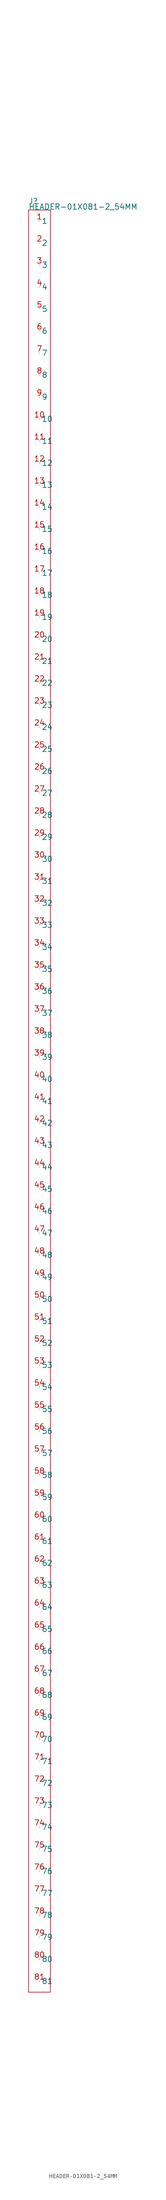
<source format=kicad_sym>
(kicad_symbol_lib
  (version 20211014)
  (generator kicad_symbol_editor)
  (symbol "HEADER-01X081-2_54MM"
    (pin_names)
    (property "Reference" "J"
      (at -2.54 207.01 0)
      (effects (font (size 1.27 1.27)) (justify left bottom)))
    (property "Value" "HEADER-01X081-2_54MM"
      (at -2.54 205.74 0)
      (effects (font (size 1.27 1.27)) (justify left bottom)))
    (property "Datasheet" ""
      (at 0 0 0))
    (property "ki_description" "Header 1x81  - Header Vertical 81POS 2.54MM Technical Specifications: Pitch: 0.1\" (2.54mm) "
      (at 0 0 0))
    (property "ki_fp_filters" "FlashPCB_Connectors:HEADER-THT-01X081-2_54MM FlashPCB_Connectors:HEADER-THT-LONG-01X081-2_54MM FlashPCB_Connectors:HEADER-THT-NOSILK-01X081-2_54MM FlashPCB_Connectors:HEADER-THT-LONG-NOSILK-01X081-2_54MM"
      (at 0 0 0))
    (symbol "HEADER-01X081-2_54MM_1_1"
      (polyline (pts (xy -2.54 205.74) (xy 2.54 205.74)) (stroke (width 0.127)) (fill (type none)))
      (polyline (pts (xy 2.54 205.74) (xy 2.54 -205.74)) (stroke (width 0.127)) (fill (type none)))
      (polyline (pts (xy 2.54 -205.74) (xy -2.54 -205.74)) (stroke (width 0.127)) (fill (type none)))
      (polyline (pts (xy -2.54 -205.74) (xy -2.54 205.74)) (stroke (width 0.127)) (fill (type none)))
      (pin bidirectional line (at 0 203.2 0) (length 0) (name "1" (effects (font (size 1.27 1.27)))) (number "1" (effects (font (size 1.27 1.27)))))
      (pin bidirectional line (at 0 198.12 0) (length 0) (name "2" (effects (font (size 1.27 1.27)))) (number "2" (effects (font (size 1.27 1.27)))))
      (pin bidirectional line (at 0 193.04 0) (length 0) (name "3" (effects (font (size 1.27 1.27)))) (number "3" (effects (font (size 1.27 1.27)))))
      (pin bidirectional line (at 0 187.96 0) (length 0) (name "4" (effects (font (size 1.27 1.27)))) (number "4" (effects (font (size 1.27 1.27)))))
      (pin bidirectional line (at 0 182.88 0) (length 0) (name "5" (effects (font (size 1.27 1.27)))) (number "5" (effects (font (size 1.27 1.27)))))
      (pin bidirectional line (at 0 177.8 0) (length 0) (name "6" (effects (font (size 1.27 1.27)))) (number "6" (effects (font (size 1.27 1.27)))))
      (pin bidirectional line (at 0 172.72 0) (length 0) (name "7" (effects (font (size 1.27 1.27)))) (number "7" (effects (font (size 1.27 1.27)))))
      (pin bidirectional line (at 0 167.64 0) (length 0) (name "8" (effects (font (size 1.27 1.27)))) (number "8" (effects (font (size 1.27 1.27)))))
      (pin bidirectional line (at 0 162.56 0) (length 0) (name "9" (effects (font (size 1.27 1.27)))) (number "9" (effects (font (size 1.27 1.27)))))
      (pin bidirectional line (at 0 157.48 0) (length 0) (name "10" (effects (font (size 1.27 1.27)))) (number "10" (effects (font (size 1.27 1.27)))))
      (pin bidirectional line (at 0 152.4 0) (length 0) (name "11" (effects (font (size 1.27 1.27)))) (number "11" (effects (font (size 1.27 1.27)))))
      (pin bidirectional line (at 0 147.32 0) (length 0) (name "12" (effects (font (size 1.27 1.27)))) (number "12" (effects (font (size 1.27 1.27)))))
      (pin bidirectional line (at 0 142.24 0) (length 0) (name "13" (effects (font (size 1.27 1.27)))) (number "13" (effects (font (size 1.27 1.27)))))
      (pin bidirectional line (at 0 137.16 0) (length 0) (name "14" (effects (font (size 1.27 1.27)))) (number "14" (effects (font (size 1.27 1.27)))))
      (pin bidirectional line (at 0 132.08 0) (length 0) (name "15" (effects (font (size 1.27 1.27)))) (number "15" (effects (font (size 1.27 1.27)))))
      (pin bidirectional line (at 0 127 0) (length 0) (name "16" (effects (font (size 1.27 1.27)))) (number "16" (effects (font (size 1.27 1.27)))))
      (pin bidirectional line (at 0 121.92 0) (length 0) (name "17" (effects (font (size 1.27 1.27)))) (number "17" (effects (font (size 1.27 1.27)))))
      (pin bidirectional line (at 0 116.84 0) (length 0) (name "18" (effects (font (size 1.27 1.27)))) (number "18" (effects (font (size 1.27 1.27)))))
      (pin bidirectional line (at 0 111.76 0) (length 0) (name "19" (effects (font (size 1.27 1.27)))) (number "19" (effects (font (size 1.27 1.27)))))
      (pin bidirectional line (at 0 106.68 0) (length 0) (name "20" (effects (font (size 1.27 1.27)))) (number "20" (effects (font (size 1.27 1.27)))))
      (pin bidirectional line (at 0 101.6 0) (length 0) (name "21" (effects (font (size 1.27 1.27)))) (number "21" (effects (font (size 1.27 1.27)))))
      (pin bidirectional line (at 0 96.52 0) (length 0) (name "22" (effects (font (size 1.27 1.27)))) (number "22" (effects (font (size 1.27 1.27)))))
      (pin bidirectional line (at 0 91.44 0) (length 0) (name "23" (effects (font (size 1.27 1.27)))) (number "23" (effects (font (size 1.27 1.27)))))
      (pin bidirectional line (at 0 86.36 0) (length 0) (name "24" (effects (font (size 1.27 1.27)))) (number "24" (effects (font (size 1.27 1.27)))))
      (pin bidirectional line (at 0 81.28 0) (length 0) (name "25" (effects (font (size 1.27 1.27)))) (number "25" (effects (font (size 1.27 1.27)))))
      (pin bidirectional line (at 0 76.2 0) (length 0) (name "26" (effects (font (size 1.27 1.27)))) (number "26" (effects (font (size 1.27 1.27)))))
      (pin bidirectional line (at 0 71.12 0) (length 0) (name "27" (effects (font (size 1.27 1.27)))) (number "27" (effects (font (size 1.27 1.27)))))
      (pin bidirectional line (at 0 66.04 0) (length 0) (name "28" (effects (font (size 1.27 1.27)))) (number "28" (effects (font (size 1.27 1.27)))))
      (pin bidirectional line (at 0 60.96 0) (length 0) (name "29" (effects (font (size 1.27 1.27)))) (number "29" (effects (font (size 1.27 1.27)))))
      (pin bidirectional line (at 0 55.88 0) (length 0) (name "30" (effects (font (size 1.27 1.27)))) (number "30" (effects (font (size 1.27 1.27)))))
      (pin bidirectional line (at 0 50.8 0) (length 0) (name "31" (effects (font (size 1.27 1.27)))) (number "31" (effects (font (size 1.27 1.27)))))
      (pin bidirectional line (at 0 45.72 0) (length 0) (name "32" (effects (font (size 1.27 1.27)))) (number "32" (effects (font (size 1.27 1.27)))))
      (pin bidirectional line (at 0 40.64 0) (length 0) (name "33" (effects (font (size 1.27 1.27)))) (number "33" (effects (font (size 1.27 1.27)))))
      (pin bidirectional line (at 0 35.56 0) (length 0) (name "34" (effects (font (size 1.27 1.27)))) (number "34" (effects (font (size 1.27 1.27)))))
      (pin bidirectional line (at 0 30.48 0) (length 0) (name "35" (effects (font (size 1.27 1.27)))) (number "35" (effects (font (size 1.27 1.27)))))
      (pin bidirectional line (at 0 25.4 0) (length 0) (name "36" (effects (font (size 1.27 1.27)))) (number "36" (effects (font (size 1.27 1.27)))))
      (pin bidirectional line (at 0 20.32 0) (length 0) (name "37" (effects (font (size 1.27 1.27)))) (number "37" (effects (font (size 1.27 1.27)))))
      (pin bidirectional line (at 0 15.24 0) (length 0) (name "38" (effects (font (size 1.27 1.27)))) (number "38" (effects (font (size 1.27 1.27)))))
      (pin bidirectional line (at 0 10.16 0) (length 0) (name "39" (effects (font (size 1.27 1.27)))) (number "39" (effects (font (size 1.27 1.27)))))
      (pin bidirectional line (at 0 5.08 0) (length 0) (name "40" (effects (font (size 1.27 1.27)))) (number "40" (effects (font (size 1.27 1.27)))))
      (pin bidirectional line (at 0 0 0) (length 0) (name "41" (effects (font (size 1.27 1.27)))) (number "41" (effects (font (size 1.27 1.27)))))
      (pin bidirectional line (at 0 -5.08 0) (length 0) (name "42" (effects (font (size 1.27 1.27)))) (number "42" (effects (font (size 1.27 1.27)))))
      (pin bidirectional line (at 0 -10.16 0) (length 0) (name "43" (effects (font (size 1.27 1.27)))) (number "43" (effects (font (size 1.27 1.27)))))
      (pin bidirectional line (at 0 -15.24 0) (length 0) (name "44" (effects (font (size 1.27 1.27)))) (number "44" (effects (font (size 1.27 1.27)))))
      (pin bidirectional line (at 0 -20.32 0) (length 0) (name "45" (effects (font (size 1.27 1.27)))) (number "45" (effects (font (size 1.27 1.27)))))
      (pin bidirectional line (at 0 -25.4 0) (length 0) (name "46" (effects (font (size 1.27 1.27)))) (number "46" (effects (font (size 1.27 1.27)))))
      (pin bidirectional line (at 0 -30.48 0) (length 0) (name "47" (effects (font (size 1.27 1.27)))) (number "47" (effects (font (size 1.27 1.27)))))
      (pin bidirectional line (at 0 -35.56 0) (length 0) (name "48" (effects (font (size 1.27 1.27)))) (number "48" (effects (font (size 1.27 1.27)))))
      (pin bidirectional line (at 0 -40.64 0) (length 0) (name "49" (effects (font (size 1.27 1.27)))) (number "49" (effects (font (size 1.27 1.27)))))
      (pin bidirectional line (at 0 -45.72 0) (length 0) (name "50" (effects (font (size 1.27 1.27)))) (number "50" (effects (font (size 1.27 1.27)))))
      (pin bidirectional line (at 0 -50.8 0) (length 0) (name "51" (effects (font (size 1.27 1.27)))) (number "51" (effects (font (size 1.27 1.27)))))
      (pin bidirectional line (at 0 -55.88 0) (length 0) (name "52" (effects (font (size 1.27 1.27)))) (number "52" (effects (font (size 1.27 1.27)))))
      (pin bidirectional line (at 0 -60.96 0) (length 0) (name "53" (effects (font (size 1.27 1.27)))) (number "53" (effects (font (size 1.27 1.27)))))
      (pin bidirectional line (at 0 -66.04 0) (length 0) (name "54" (effects (font (size 1.27 1.27)))) (number "54" (effects (font (size 1.27 1.27)))))
      (pin bidirectional line (at 0 -71.12 0) (length 0) (name "55" (effects (font (size 1.27 1.27)))) (number "55" (effects (font (size 1.27 1.27)))))
      (pin bidirectional line (at 0 -76.2 0) (length 0) (name "56" (effects (font (size 1.27 1.27)))) (number "56" (effects (font (size 1.27 1.27)))))
      (pin bidirectional line (at 0 -81.28 0) (length 0) (name "57" (effects (font (size 1.27 1.27)))) (number "57" (effects (font (size 1.27 1.27)))))
      (pin bidirectional line (at 0 -86.36 0) (length 0) (name "58" (effects (font (size 1.27 1.27)))) (number "58" (effects (font (size 1.27 1.27)))))
      (pin bidirectional line (at 0 -91.44 0) (length 0) (name "59" (effects (font (size 1.27 1.27)))) (number "59" (effects (font (size 1.27 1.27)))))
      (pin bidirectional line (at 0 -96.52 0) (length 0) (name "60" (effects (font (size 1.27 1.27)))) (number "60" (effects (font (size 1.27 1.27)))))
      (pin bidirectional line (at 0 -101.6 0) (length 0) (name "61" (effects (font (size 1.27 1.27)))) (number "61" (effects (font (size 1.27 1.27)))))
      (pin bidirectional line (at 0 -106.68 0) (length 0) (name "62" (effects (font (size 1.27 1.27)))) (number "62" (effects (font (size 1.27 1.27)))))
      (pin bidirectional line (at 0 -111.76 0) (length 0) (name "63" (effects (font (size 1.27 1.27)))) (number "63" (effects (font (size 1.27 1.27)))))
      (pin bidirectional line (at 0 -116.84 0) (length 0) (name "64" (effects (font (size 1.27 1.27)))) (number "64" (effects (font (size 1.27 1.27)))))
      (pin bidirectional line (at 0 -121.92 0) (length 0) (name "65" (effects (font (size 1.27 1.27)))) (number "65" (effects (font (size 1.27 1.27)))))
      (pin bidirectional line (at 0 -127 0) (length 0) (name "66" (effects (font (size 1.27 1.27)))) (number "66" (effects (font (size 1.27 1.27)))))
      (pin bidirectional line (at 0 -132.08 0) (length 0) (name "67" (effects (font (size 1.27 1.27)))) (number "67" (effects (font (size 1.27 1.27)))))
      (pin bidirectional line (at 0 -137.16 0) (length 0) (name "68" (effects (font (size 1.27 1.27)))) (number "68" (effects (font (size 1.27 1.27)))))
      (pin bidirectional line (at 0 -142.24 0) (length 0) (name "69" (effects (font (size 1.27 1.27)))) (number "69" (effects (font (size 1.27 1.27)))))
      (pin bidirectional line (at 0 -147.32 0) (length 0) (name "70" (effects (font (size 1.27 1.27)))) (number "70" (effects (font (size 1.27 1.27)))))
      (pin bidirectional line (at 0 -152.4 0) (length 0) (name "71" (effects (font (size 1.27 1.27)))) (number "71" (effects (font (size 1.27 1.27)))))
      (pin bidirectional line (at 0 -157.48 0) (length 0) (name "72" (effects (font (size 1.27 1.27)))) (number "72" (effects (font (size 1.27 1.27)))))
      (pin bidirectional line (at 0 -162.56 0) (length 0) (name "73" (effects (font (size 1.27 1.27)))) (number "73" (effects (font (size 1.27 1.27)))))
      (pin bidirectional line (at 0 -167.64 0) (length 0) (name "74" (effects (font (size 1.27 1.27)))) (number "74" (effects (font (size 1.27 1.27)))))
      (pin bidirectional line (at 0 -172.72 0) (length 0) (name "75" (effects (font (size 1.27 1.27)))) (number "75" (effects (font (size 1.27 1.27)))))
      (pin bidirectional line (at 0 -177.8 0) (length 0) (name "76" (effects (font (size 1.27 1.27)))) (number "76" (effects (font (size 1.27 1.27)))))
      (pin bidirectional line (at 0 -182.88 0) (length 0) (name "77" (effects (font (size 1.27 1.27)))) (number "77" (effects (font (size 1.27 1.27)))))
      (pin bidirectional line (at 0 -187.96 0) (length 0) (name "78" (effects (font (size 1.27 1.27)))) (number "78" (effects (font (size 1.27 1.27)))))
      (pin bidirectional line (at 0 -193.04 0) (length 0) (name "79" (effects (font (size 1.27 1.27)))) (number "79" (effects (font (size 1.27 1.27)))))
      (pin bidirectional line (at 0 -198.12 0) (length 0) (name "80" (effects (font (size 1.27 1.27)))) (number "80" (effects (font (size 1.27 1.27)))))
      (pin bidirectional line (at 0 -203.2 0) (length 0) (name "81" (effects (font (size 1.27 1.27)))) (number "81" (effects (font (size 1.27 1.27))))))))
</source>
